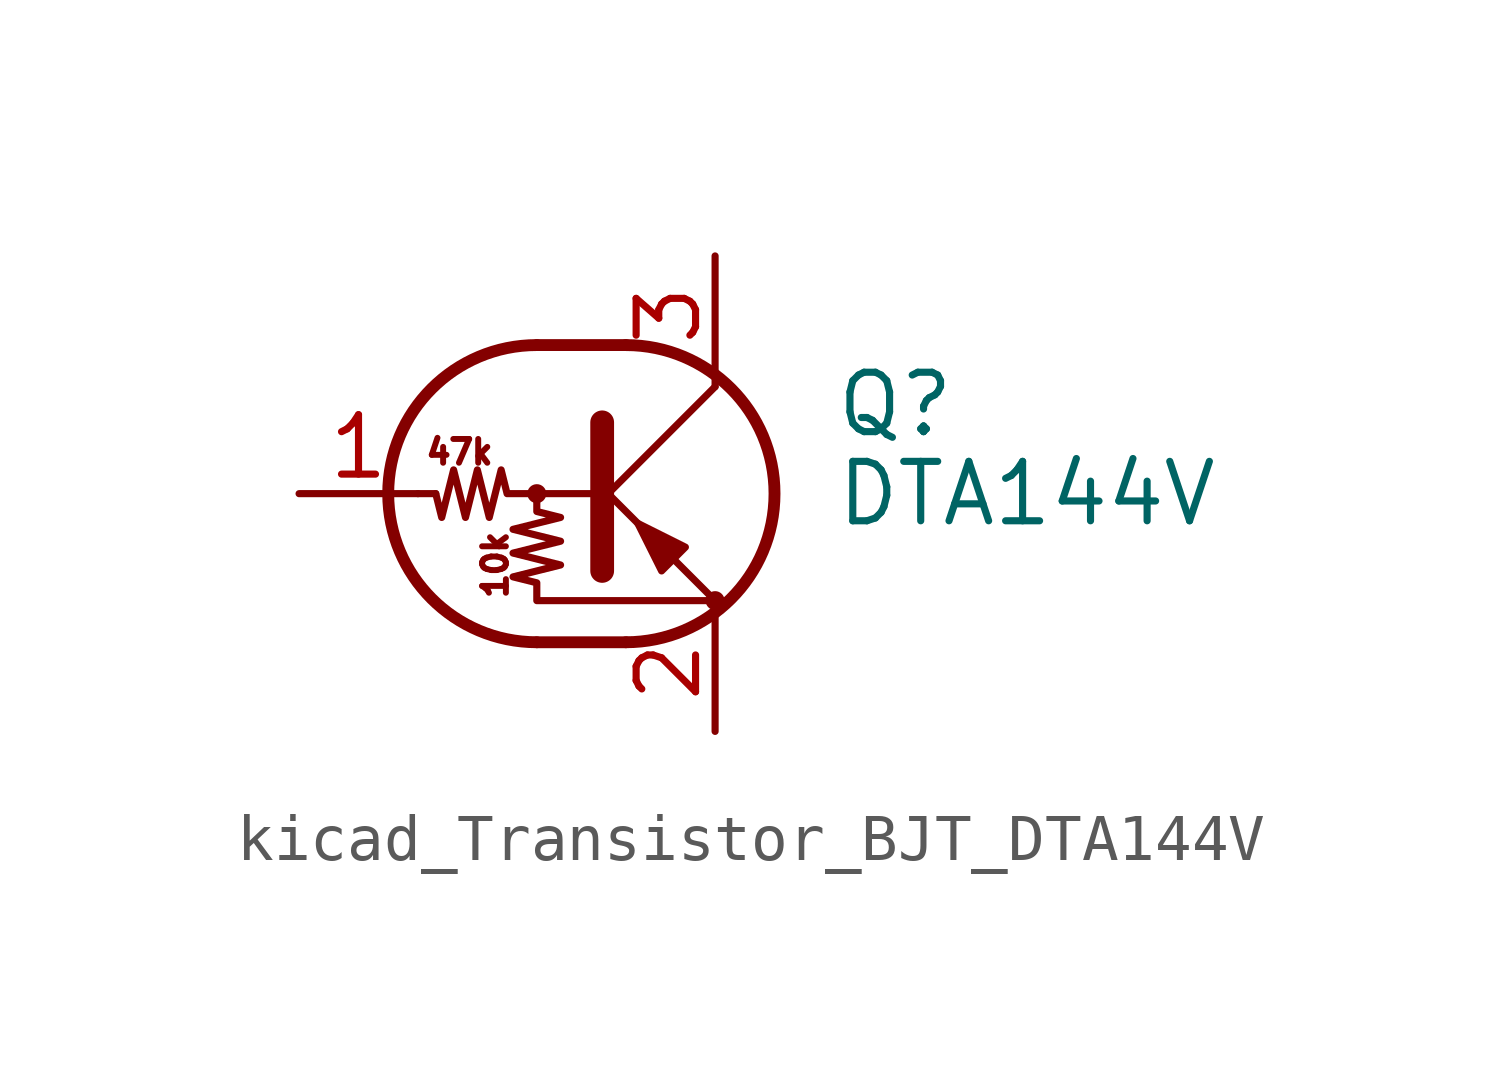
<source format=kicad_sym>
(kicad_symbol_lib
  (version 20220914)
  (generator kicad_symbol_editor)
  (symbol "kicad_Transistor_BJT_DTA144V"
    (pin_names
      (offset 0) hide)
    (property "Reference" "Q"
      (at 5.08 1.905 0)
      (effects (font (size 1.27 1.27)) (justify left)))
    (property "Value" "DTA144V"
      (at 5.08 0 0)
      (effects (font (size 1.27 1.27)) (justify left)))
    (symbol "kicad_Transistor_BJT_DTA144V_0_0"
      (text "10k" (at -2.159 -1.524 900) (effects (font (size 0.508 0.508))))
      (text "47k" (at -2.921 0.889 0) (effects (font (size 0.508 0.508)))))
    (symbol "kicad_Transistor_BJT_DTA144V_0_1"
      (circle (center -1.27 0) (radius 0.127) (stroke (width 0) (type default)) (fill (type none)))
      (arc (start -1.27 3.175) (mid -4.4312 0) (end -1.27 -3.175) (stroke (width 0.254) (type default)) (fill (type none)))
      (polyline (pts (xy -3.429 0) (xy -3.81 0)) (stroke (width 0) (type default)) (fill (type none)))
      (polyline (pts (xy -1.27 -3.175) (xy 0.635 -3.175)) (stroke (width 0.254) (type default)) (fill (type none)))
      (polyline (pts (xy -1.27 3.175) (xy 0.635 3.175)) (stroke (width 0.254) (type default)) (fill (type none)))
      (polyline (pts (xy 0 -0.254) (xy 2.54 2.286)) (stroke (width 0) (type default)) (fill (type none)))
      (polyline (pts (xy 0.127 1.524) (xy 0.127 -1.651)) (stroke (width 0.508) (type default)) (fill (type outline)))
      (polyline (pts (xy 2.54 2.286) (xy 2.54 2.54)) (stroke (width 0) (type default)) (fill (type none)))
      (polyline (pts (xy 2.54 -2.286) (xy 0 0.254) (xy 0 0.254)) (stroke (width 0) (type default)) (fill (type none)))
      (polyline (pts (xy 1.397 -1.651) (xy 1.905 -1.143) (xy 0.889 -0.635) (xy 1.397 -1.651)) (stroke (width 0) (type default)) (fill (type outline)))
      (polyline (pts (xy 0 0) (xy -1.905 0) (xy -2.032 0.508) (xy -2.286 -0.508) (xy -2.54 0.508) (xy -2.794 -0.508) (xy -3.048 0.508) (xy -3.302 -0.508) (xy -3.429 0)) (stroke (width 0) (type default)) (fill (type none)))
      (polyline (pts (xy -1.27 0) (xy -1.27 -0.381) (xy -0.762 -0.508) (xy -1.778 -0.762) (xy -0.762 -1.016) (xy -1.778 -1.27) (xy -0.762 -1.524) (xy -1.778 -1.778) (xy -1.27 -1.905) (xy -1.27 -2.286) (xy 2.54 -2.286)) (stroke (width 0) (type default)) (fill (type none)))
      (arc (start 0.635 -3.175) (mid 3.7962 0) (end 0.635 3.175) (stroke (width 0.254) (type default)) (fill (type none)))
      (circle (center 2.54 -2.286) (radius 0.127) (stroke (width 0) (type default)) (fill (type none))))
    (symbol "kicad_Transistor_BJT_DTA144V_1_1"
      (pin input line (at -6.35 0 0) (length 2.54) (name "B" (effects (font (size 1.27 1.27)))) (number "1" (effects (font (size 1.27 1.27)))))
      (pin passive line (at 2.54 -5.08 90) (length 2.54) (name "E" (effects (font (size 1.27 1.27)))) (number "2" (effects (font (size 1.27 1.27)))))
      (pin passive line (at 2.54 5.08 270) (length 2.54) (name "C" (effects (font (size 1.27 1.27)))) (number "3" (effects (font (size 1.27 1.27))))))))
</source>
